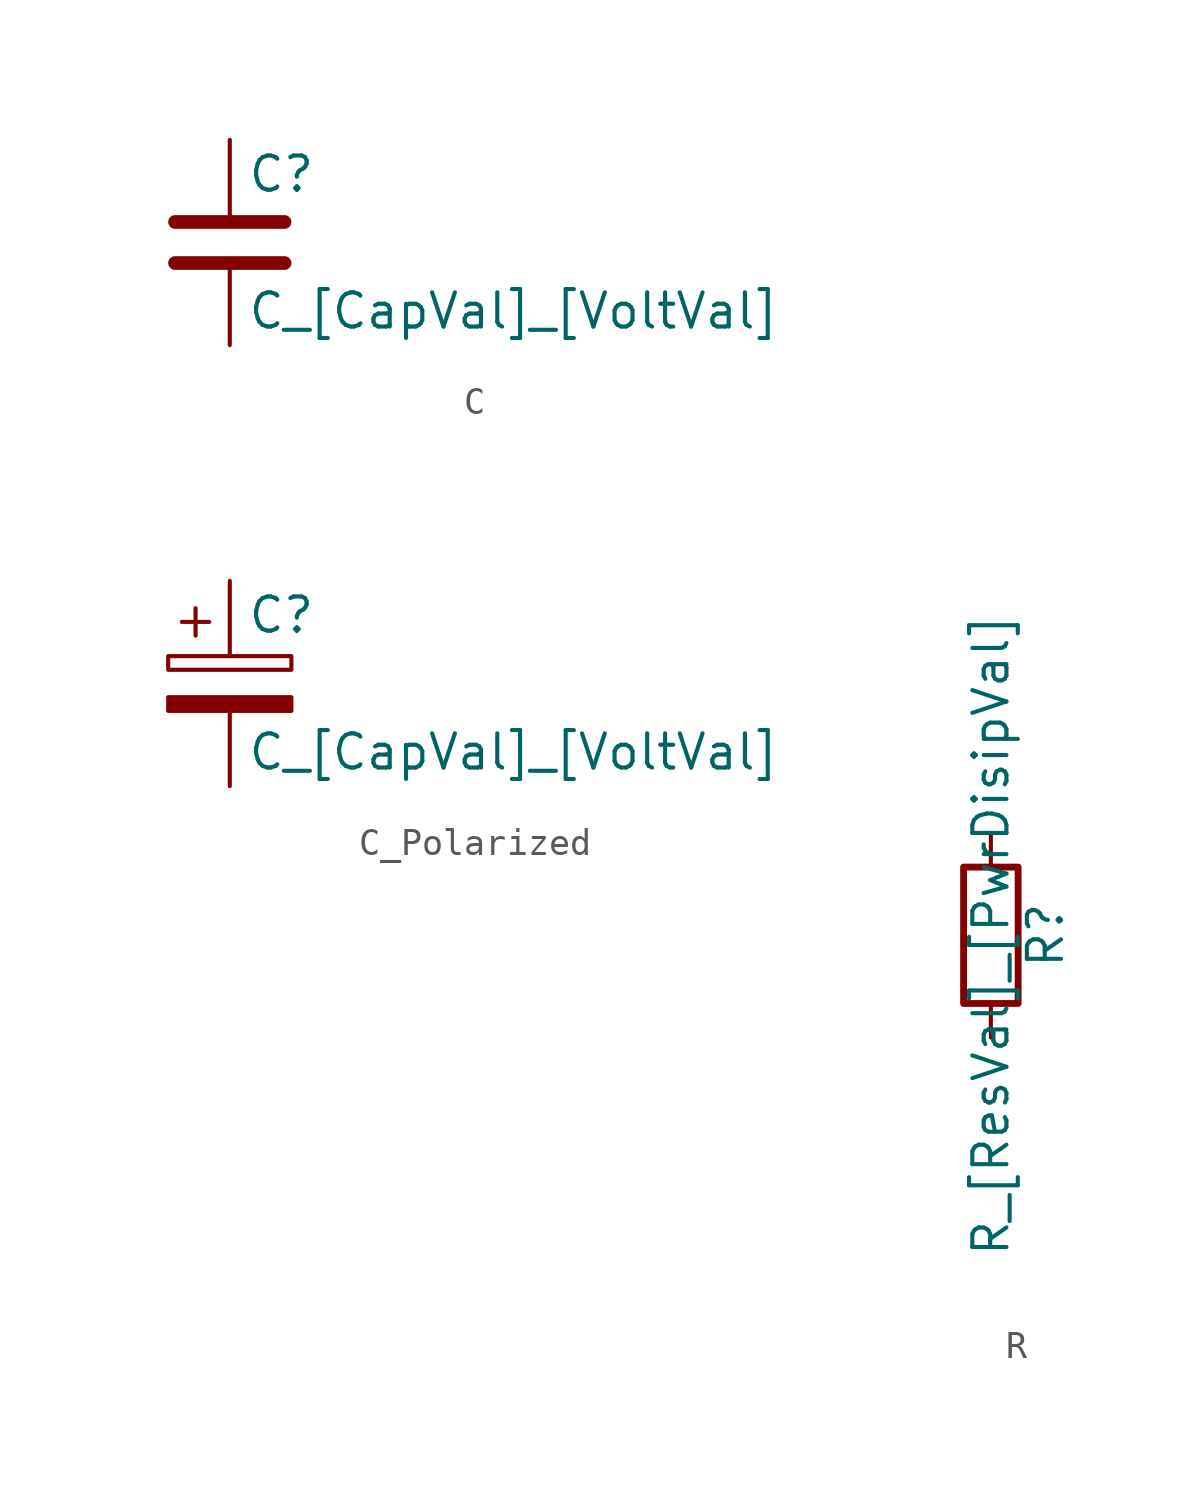
<source format=kicad_sym>
(kicad_symbol_lib
  (version 20241209)
  (generator "kicad_symbol_editor")
  (generator_version "9.0")
  (symbol "C"
    (pin_numbers
      (hide yes))
    (pin_names
      (offset 0.254))
    (property "Reference" "C"
      (at 0.635 2.54 0)
      (effects (font (size 1.27 1.27)) (justify left)))
    (property "Value" "C_[CapVal]_[VoltVal]"
      (at 0.635 -2.54 0)
      (effects (font (size 1.27 1.27)) (justify left)))
    (symbol "C_0_1"
      (polyline (pts (xy -2.032 0.762) (xy 2.032 0.762)) (stroke (width 0.508) (type default)) (fill (type none)))
      (polyline (pts (xy -2.032 -0.762) (xy 2.032 -0.762)) (stroke (width 0.508) (type default)) (fill (type none))))
    (symbol "C_1_1"
      (pin passive line (at 0 3.81 270) (length 2.794) (name "~" (effects (font (size 1.27 1.27)))) (number "1" (effects (font (size 1.27 1.27)))))
      (pin passive line (at 0 -3.81 90) (length 2.794) (name "~" (effects (font (size 1.27 1.27)))) (number "2" (effects (font (size 1.27 1.27)))))))
  (symbol "C_Polarized"
    (pin_numbers
      (hide yes))
    (pin_names
      (offset 0.254))
    (property "Reference" "C"
      (at 0.635 2.54 0)
      (effects (font (size 1.27 1.27)) (justify left)))
    (property "Value" "C_[CapVal]_[VoltVal]"
      (at 0.635 -2.54 0)
      (effects (font (size 1.27 1.27)) (justify left)))
    (symbol "C_Polarized_0_1"
      (rectangle (start -2.286 0.508) (end 2.286 1.016) (stroke (width 0) (type default)) (fill (type none)))
      (polyline (pts (xy -1.778 2.286) (xy -0.762 2.286)) (stroke (width 0) (type default)) (fill (type none)))
      (polyline (pts (xy -1.27 2.794) (xy -1.27 1.778)) (stroke (width 0) (type default)) (fill (type none)))
      (rectangle (start 2.286 -0.508) (end -2.286 -1.016) (stroke (width 0) (type default)) (fill (type outline))))
    (symbol "C_Polarized_1_1"
      (pin passive line (at 0 3.81 270) (length 2.794) (name "~" (effects (font (size 1.27 1.27)))) (number "1" (effects (font (size 1.27 1.27)))))
      (pin passive line (at 0 -3.81 90) (length 2.794) (name "~" (effects (font (size 1.27 1.27)))) (number "2" (effects (font (size 1.27 1.27)))))))
  (symbol "R"
    (pin_numbers
      (hide yes))
    (pin_names
      (offset 0))
    (property "Reference" "R"
      (at 2.032 0 90)
      (effects (font (size 1.27 1.27))))
    (property "Value" "R_[ResVal]_[PwrDisipVal]"
      (at 0 0 90)
      (effects (font (size 1.27 1.27))))
    (symbol "R_0_1"
      (rectangle (start -1.016 -2.54) (end 1.016 2.54) (stroke (width 0.254) (type default)) (fill (type none))))
    (symbol "R_1_1"
      (pin passive line (at 0 3.81 270) (length 1.27) (name "~" (effects (font (size 1.27 1.27)))) (number "1" (effects (font (size 1.27 1.27)))))
      (pin passive line (at 0 -3.81 90) (length 1.27) (name "~" (effects (font (size 1.27 1.27)))) (number "2" (effects (font (size 1.27 1.27))))))))
</source>
